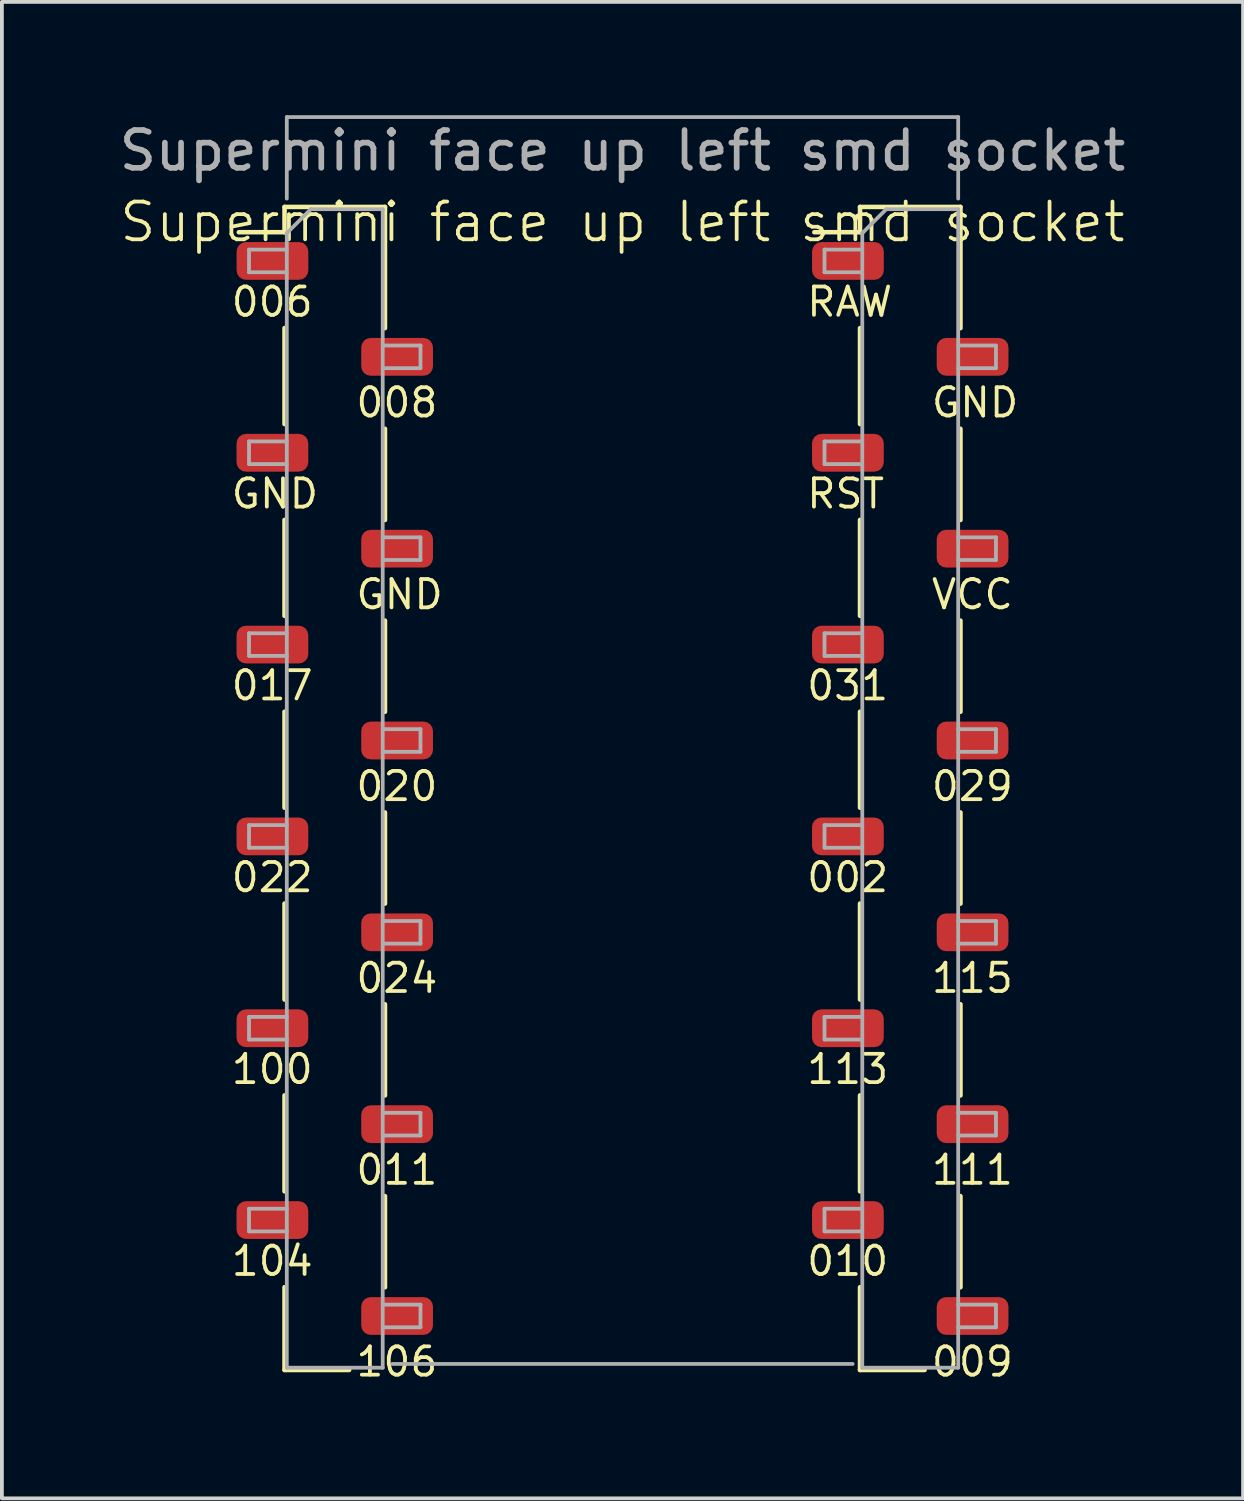
<source format=kicad_pcb>
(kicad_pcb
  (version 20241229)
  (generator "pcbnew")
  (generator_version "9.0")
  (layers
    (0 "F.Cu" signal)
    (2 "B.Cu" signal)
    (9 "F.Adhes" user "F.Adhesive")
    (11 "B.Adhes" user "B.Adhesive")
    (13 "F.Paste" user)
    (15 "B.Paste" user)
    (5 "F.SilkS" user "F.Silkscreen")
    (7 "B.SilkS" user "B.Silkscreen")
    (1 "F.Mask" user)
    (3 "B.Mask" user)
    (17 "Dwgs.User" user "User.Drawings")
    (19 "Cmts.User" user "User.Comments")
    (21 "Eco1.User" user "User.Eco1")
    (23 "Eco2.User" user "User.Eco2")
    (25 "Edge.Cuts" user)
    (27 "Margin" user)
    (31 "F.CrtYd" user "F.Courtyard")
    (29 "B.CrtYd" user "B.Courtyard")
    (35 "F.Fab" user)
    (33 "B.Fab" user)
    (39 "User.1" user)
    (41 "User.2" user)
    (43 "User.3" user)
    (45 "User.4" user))
  (footprint "Supermini face up left smd socket"
    (layer "F.Cu")
    (at 13.435 17.83)
    (property "Reference" "Supermini face up left smd socket" (at 0 -15 0) (unlocked yes) (layer "F.SilkS") (effects (font (size 1 1) (thickness 0.1))))
    (attr smd)
    (fp_line (start -10.16 -14.73) (end -8.95 -14.73) (stroke (width 0.12) (type solid)) (layer "F.SilkS"))
    (fp_line (start -8.95 -15.4) (end -8.95 -14.73) (stroke (width 0.12) (type solid)) (layer "F.SilkS"))
    (fp_line (start -8.95 -15.4) (end -6.29 -15.4) (stroke (width 0.12) (type solid)) (layer "F.SilkS"))
    (fp_line (start -8.95 -12.192) (end -8.95 -9.65) (stroke (width 0.12) (type solid)) (layer "F.SilkS"))
    (fp_line (start -8.95 -7.112) (end -8.95 -4.57) (stroke (width 0.12) (type solid)) (layer "F.SilkS"))
    (fp_line (start -8.95 -2.032) (end -8.95 0.51) (stroke (width 0.12) (type solid)) (layer "F.SilkS"))
    (fp_line (start -8.95 3.048) (end -8.95 5.59) (stroke (width 0.12) (type solid)) (layer "F.SilkS"))
    (fp_line (start -8.95 8.128) (end -8.95 10.67) (stroke (width 0.12) (type solid)) (layer "F.SilkS"))
    (fp_line (start -8.95 13.208) (end -8.95 15.4) (stroke (width 0.12) (type solid)) (layer "F.SilkS"))
    (fp_line (start -8.95 15.4) (end -7.239 15.4) (stroke (width 0.12) (type solid)) (layer "F.SilkS"))
    (fp_line (start -6.29 -15.4) (end -6.29 -12.19) (stroke (width 0.12) (type solid)) (layer "F.SilkS"))
    (fp_line (start -6.29 -9.525) (end -6.29 -7.11) (stroke (width 0.12) (type solid)) (layer "F.SilkS"))
    (fp_line (start -6.29 -4.445) (end -6.29 -2.03) (stroke (width 0.12) (type solid)) (layer "F.SilkS"))
    (fp_line (start -6.29 0.635) (end -6.29 3.05) (stroke (width 0.12) (type solid)) (layer "F.SilkS"))
    (fp_line (start -6.29 5.715) (end -6.29 8.13) (stroke (width 0.12) (type solid)) (layer "F.SilkS"))
    (fp_line (start -6.29 10.795) (end -6.29 13.21) (stroke (width 0.12) (type solid)) (layer "F.SilkS"))
    (fp_line (start 5.08 -14.73) (end 6.29 -14.73) (stroke (width 0.12) (type solid)) (layer "F.SilkS"))
    (fp_line (start 6.29 -15.4) (end 6.29 -14.73) (stroke (width 0.12) (type solid)) (layer "F.SilkS"))
    (fp_line (start 6.29 -15.4) (end 8.95 -15.4) (stroke (width 0.12) (type solid)) (layer "F.SilkS"))
    (fp_line (start 6.29 -12.192) (end 6.29 -9.65) (stroke (width 0.12) (type solid)) (layer "F.SilkS"))
    (fp_line (start 6.29 -7.112) (end 6.29 -4.57) (stroke (width 0.12) (type solid)) (layer "F.SilkS"))
    (fp_line (start 6.29 -2.032) (end 6.29 0.51) (stroke (width 0.12) (type solid)) (layer "F.SilkS"))
    (fp_line (start 6.29 3.048) (end 6.29 5.59) (stroke (width 0.12) (type solid)) (layer "F.SilkS"))
    (fp_line (start 6.29 8.128) (end 6.29 10.67) (stroke (width 0.12) (type solid)) (layer "F.SilkS"))
    (fp_line (start 6.29 13.208) (end 6.29 15.4) (stroke (width 0.12) (type solid)) (layer "F.SilkS"))
    (fp_line (start 6.29 15.4) (end 8.001 15.4) (stroke (width 0.12) (type solid)) (layer "F.SilkS"))
    (fp_line (start 8.95 -15.4) (end 8.95 -12.19) (stroke (width 0.12) (type solid)) (layer "F.SilkS"))
    (fp_line (start 8.95 -9.525) (end 8.95 -7.11) (stroke (width 0.12) (type solid)) (layer "F.SilkS"))
    (fp_line (start 8.95 -4.445) (end 8.95 -2.03) (stroke (width 0.12) (type solid)) (layer "F.SilkS"))
    (fp_line (start 8.95 0.635) (end 8.95 3.05) (stroke (width 0.12) (type solid)) (layer "F.SilkS"))
    (fp_line (start 8.95 5.715) (end 8.95 8.13) (stroke (width 0.12) (type solid)) (layer "F.SilkS"))
    (fp_line (start 8.95 10.795) (end 8.95 13.21) (stroke (width 0.12) (type solid)) (layer "F.SilkS"))
    (fp_line (start -9.89 -14.27) (end -8.89 -14.27) (stroke (width 0.1) (type solid)) (layer "F.Fab"))
    (fp_line (start -9.89 -13.67) (end -9.89 -14.27) (stroke (width 0.1) (type solid)) (layer "F.Fab"))
    (fp_line (start -9.89 -9.19) (end -8.89 -9.19) (stroke (width 0.1) (type solid)) (layer "F.Fab"))
    (fp_line (start -9.89 -8.59) (end -9.89 -9.19) (stroke (width 0.1) (type solid)) (layer "F.Fab"))
    (fp_line (start -9.89 -4.11) (end -8.89 -4.11) (stroke (width 0.1) (type solid)) (layer "F.Fab"))
    (fp_line (start -9.89 -3.51) (end -9.89 -4.11) (stroke (width 0.1) (type solid)) (layer "F.Fab"))
    (fp_line (start -9.89 0.97) (end -8.89 0.97) (stroke (width 0.1) (type solid)) (layer "F.Fab"))
    (fp_line (start -9.89 1.57) (end -9.89 0.97) (stroke (width 0.1) (type solid)) (layer "F.Fab"))
    (fp_line (start -9.89 6.05) (end -8.89 6.05) (stroke (width 0.1) (type solid)) (layer "F.Fab"))
    (fp_line (start -9.89 6.65) (end -9.89 6.05) (stroke (width 0.1) (type solid)) (layer "F.Fab"))
    (fp_line (start -9.89 11.13) (end -8.89 11.13) (stroke (width 0.1) (type solid)) (layer "F.Fab"))
    (fp_line (start -9.89 11.73) (end -9.89 11.13) (stroke (width 0.1) (type solid)) (layer "F.Fab"))
    (fp_line (start -8.89 -17.78) (end -8.89 -15.621) (stroke (width 0.1) (type default)) (layer "F.Fab"))
    (fp_line (start -8.89 -17.78) (end 8.89 -17.78) (stroke (width 0.1) (type default)) (layer "F.Fab"))
    (fp_line (start -8.89 -14.705) (end -8.255 -15.34) (stroke (width 0.1) (type solid)) (layer "F.Fab"))
    (fp_line (start -8.89 -13.67) (end -9.89 -13.67) (stroke (width 0.1) (type solid)) (layer "F.Fab"))
    (fp_line (start -8.89 -8.59) (end -9.89 -8.59) (stroke (width 0.1) (type solid)) (layer "F.Fab"))
    (fp_line (start -8.89 -3.51) (end -9.89 -3.51) (stroke (width 0.1) (type solid)) (layer "F.Fab"))
    (fp_line (start -8.89 1.57) (end -9.89 1.57) (stroke (width 0.1) (type solid)) (layer "F.Fab"))
    (fp_line (start -8.89 6.65) (end -9.89 6.65) (stroke (width 0.1) (type solid)) (layer "F.Fab"))
    (fp_line (start -8.89 11.73) (end -9.89 11.73) (stroke (width 0.1) (type solid)) (layer "F.Fab"))
    (fp_line (start -8.89 15.34) (end -8.89 -14.705) (stroke (width 0.1) (type solid)) (layer "F.Fab"))
    (fp_line (start -8.255 -15.34) (end -6.35 -15.34) (stroke (width 0.1) (type solid)) (layer "F.Fab"))
    (fp_line (start -6.35 -15.34) (end -6.35 15.34) (stroke (width 0.1) (type solid)) (layer "F.Fab"))
    (fp_line (start -6.35 -11.73) (end -5.35 -11.73) (stroke (width 0.1) (type solid)) (layer "F.Fab"))
    (fp_line (start -6.35 -6.65) (end -5.35 -6.65) (stroke (width 0.1) (type solid)) (layer "F.Fab"))
    (fp_line (start -6.35 -1.57) (end -5.35 -1.57) (stroke (width 0.1) (type solid)) (layer "F.Fab"))
    (fp_line (start -6.35 3.51) (end -5.35 3.51) (stroke (width 0.1) (type solid)) (layer "F.Fab"))
    (fp_line (start -6.35 8.59) (end -5.35 8.59) (stroke (width 0.1) (type solid)) (layer "F.Fab"))
    (fp_line (start -6.35 13.67) (end -5.35 13.67) (stroke (width 0.1) (type solid)) (layer "F.Fab"))
    (fp_line (start -6.35 15.34) (end -8.89 15.34) (stroke (width 0.1) (type solid)) (layer "F.Fab"))
    (fp_line (start -6.096 15.24) (end 6.096 15.24) (stroke (width 0.1) (type default)) (layer "F.Fab"))
    (fp_line (start -5.35 -11.73) (end -5.35 -11.13) (stroke (width 0.1) (type solid)) (layer "F.Fab"))
    (fp_line (start -5.35 -11.13) (end -6.35 -11.13) (stroke (width 0.1) (type solid)) (layer "F.Fab"))
    (fp_line (start -5.35 -6.65) (end -5.35 -6.05) (stroke (width 0.1) (type solid)) (layer "F.Fab"))
    (fp_line (start -5.35 -6.05) (end -6.35 -6.05) (stroke (width 0.1) (type solid)) (layer "F.Fab"))
    (fp_line (start -5.35 -1.57) (end -5.35 -0.97) (stroke (width 0.1) (type solid)) (layer "F.Fab"))
    (fp_line (start -5.35 -0.97) (end -6.35 -0.97) (stroke (width 0.1) (type solid)) (layer "F.Fab"))
    (fp_line (start -5.35 3.51) (end -5.35 4.11) (stroke (width 0.1) (type solid)) (layer "F.Fab"))
    (fp_line (start -5.35 4.11) (end -6.35 4.11) (stroke (width 0.1) (type solid)) (layer "F.Fab"))
    (fp_line (start -5.35 8.59) (end -5.35 9.19) (stroke (width 0.1) (type solid)) (layer "F.Fab"))
    (fp_line (start -5.35 9.19) (end -6.35 9.19) (stroke (width 0.1) (type solid)) (layer "F.Fab"))
    (fp_line (start -5.35 13.67) (end -5.35 14.27) (stroke (width 0.1) (type solid)) (layer "F.Fab"))
    (fp_line (start -5.35 14.27) (end -6.35 14.27) (stroke (width 0.1) (type solid)) (layer "F.Fab"))
    (fp_line (start 5.35 -14.27) (end 6.35 -14.27) (stroke (width 0.1) (type solid)) (layer "F.Fab"))
    (fp_line (start 5.35 -13.67) (end 5.35 -14.27) (stroke (width 0.1) (type solid)) (layer "F.Fab"))
    (fp_line (start 5.35 -9.19) (end 6.35 -9.19) (stroke (width 0.1) (type solid)) (layer "F.Fab"))
    (fp_line (start 5.35 -8.59) (end 5.35 -9.19) (stroke (width 0.1) (type solid)) (layer "F.Fab"))
    (fp_line (start 5.35 -4.11) (end 6.35 -4.11) (stroke (width 0.1) (type solid)) (layer "F.Fab"))
    (fp_line (start 5.35 -3.51) (end 5.35 -4.11) (stroke (width 0.1) (type solid)) (layer "F.Fab"))
    (fp_line (start 5.35 0.97) (end 6.35 0.97) (stroke (width 0.1) (type solid)) (layer "F.Fab"))
    (fp_line (start 5.35 1.57) (end 5.35 0.97) (stroke (width 0.1) (type solid)) (layer "F.Fab"))
    (fp_line (start 5.35 6.05) (end 6.35 6.05) (stroke (width 0.1) (type solid)) (layer "F.Fab"))
    (fp_line (start 5.35 6.65) (end 5.35 6.05) (stroke (width 0.1) (type solid)) (layer "F.Fab"))
    (fp_line (start 5.35 11.13) (end 6.35 11.13) (stroke (width 0.1) (type solid)) (layer "F.Fab"))
    (fp_line (start 5.35 11.73) (end 5.35 11.13) (stroke (width 0.1) (type solid)) (layer "F.Fab"))
    (fp_line (start 6.35 -14.705) (end 6.985 -15.34) (stroke (width 0.1) (type solid)) (layer "F.Fab"))
    (fp_line (start 6.35 -13.67) (end 5.35 -13.67) (stroke (width 0.1) (type solid)) (layer "F.Fab"))
    (fp_line (start 6.35 -8.59) (end 5.35 -8.59) (stroke (width 0.1) (type solid)) (layer "F.Fab"))
    (fp_line (start 6.35 -3.51) (end 5.35 -3.51) (stroke (width 0.1) (type solid)) (layer "F.Fab"))
    (fp_line (start 6.35 1.57) (end 5.35 1.57) (stroke (width 0.1) (type solid)) (layer "F.Fab"))
    (fp_line (start 6.35 6.65) (end 5.35 6.65) (stroke (width 0.1) (type solid)) (layer "F.Fab"))
    (fp_line (start 6.35 11.73) (end 5.35 11.73) (stroke (width 0.1) (type solid)) (layer "F.Fab"))
    (fp_line (start 6.35 15.34) (end 6.35 -14.705) (stroke (width 0.1) (type solid)) (layer "F.Fab"))
    (fp_line (start 6.985 -15.34) (end 8.89 -15.34) (stroke (width 0.1) (type solid)) (layer "F.Fab"))
    (fp_line (start 8.89 -17.78) (end 8.89 -15.621) (stroke (width 0.1) (type default)) (layer "F.Fab"))
    (fp_line (start 8.89 -15.34) (end 8.89 15.34) (stroke (width 0.1) (type solid)) (layer "F.Fab"))
    (fp_line (start 8.89 -11.73) (end 9.89 -11.73) (stroke (width 0.1) (type solid)) (layer "F.Fab"))
    (fp_line (start 8.89 -6.65) (end 9.89 -6.65) (stroke (width 0.1) (type solid)) (layer "F.Fab"))
    (fp_line (start 8.89 -1.57) (end 9.89 -1.57) (stroke (width 0.1) (type solid)) (layer "F.Fab"))
    (fp_line (start 8.89 3.51) (end 9.89 3.51) (stroke (width 0.1) (type solid)) (layer "F.Fab"))
    (fp_line (start 8.89 8.59) (end 9.89 8.59) (stroke (width 0.1) (type solid)) (layer "F.Fab"))
    (fp_line (start 8.89 13.67) (end 9.89 13.67) (stroke (width 0.1) (type solid)) (layer "F.Fab"))
    (fp_line (start 8.89 15.34) (end 6.35 15.34) (stroke (width 0.1) (type solid)) (layer "F.Fab"))
    (fp_line (start 9.89 -11.73) (end 9.89 -11.13) (stroke (width 0.1) (type solid)) (layer "F.Fab"))
    (fp_line (start 9.89 -11.13) (end 8.89 -11.13) (stroke (width 0.1) (type solid)) (layer "F.Fab"))
    (fp_line (start 9.89 -6.65) (end 9.89 -6.05) (stroke (width 0.1) (type solid)) (layer "F.Fab"))
    (fp_line (start 9.89 -6.05) (end 8.89 -6.05) (stroke (width 0.1) (type solid)) (layer "F.Fab"))
    (fp_line (start 9.89 -1.57) (end 9.89 -0.97) (stroke (width 0.1) (type solid)) (layer "F.Fab"))
    (fp_line (start 9.89 -0.97) (end 8.89 -0.97) (stroke (width 0.1) (type solid)) (layer "F.Fab"))
    (fp_line (start 9.89 3.51) (end 9.89 4.11) (stroke (width 0.1) (type solid)) (layer "F.Fab"))
    (fp_line (start 9.89 4.11) (end 8.89 4.11) (stroke (width 0.1) (type solid)) (layer "F.Fab"))
    (fp_line (start 9.89 8.59) (end 9.89 9.19) (stroke (width 0.1) (type solid)) (layer "F.Fab"))
    (fp_line (start 9.89 9.19) (end 8.89 9.19) (stroke (width 0.1) (type solid)) (layer "F.Fab"))
    (fp_line (start 9.89 13.67) (end 9.89 14.27) (stroke (width 0.1) (type solid)) (layer "F.Fab"))
    (fp_line (start 9.89 14.27) (end 8.89 14.27) (stroke (width 0.1) (type solid)) (layer "F.Fab"))
    (fp_line (start -7.62 -13.97) (end -7.62 13.97) (stroke (width 0.1) (type default)) (layer "User.1"))
    (fp_line (start 7.62 -13.97) (end 7.62 13.97) (stroke (width 0.1) (type default)) (layer "User.1"))
    (fp_text user "010" (at 4.826 12.954 0) (unlocked yes) (layer "F.SilkS") (effects (font (size 0.75 0.75) (thickness 0.1)) (justify left bottom)))
    (fp_text user "008" (at -7.112 -9.779 0) (unlocked yes) (layer "F.SilkS") (effects (font (size 0.75 0.75) (thickness 0.1)) (justify left bottom)))
    (fp_text user "022" (at -10.414 2.794 0) (unlocked yes) (layer "F.SilkS") (effects (font (size 0.75 0.75) (thickness 0.1)) (justify left bottom)))
    (fp_text user "017" (at -10.414 -2.286 0) (unlocked yes) (layer "F.SilkS") (effects (font (size 0.75 0.75) (thickness 0.1)) (justify left bottom)))
    (fp_text user "002" (at 4.826 2.794 0) (unlocked yes) (layer "F.SilkS") (effects (font (size 0.75 0.75) (thickness 0.1)) (justify left bottom)))
    (fp_text user "GND" (at 8.128 -9.779 0) (unlocked yes) (layer "F.SilkS") (effects (font (size 0.75 0.75) (thickness 0.1)) (justify left bottom)))
    (fp_text user "006" (at -10.414 -12.446 0) (unlocked yes) (layer "F.SilkS") (effects (font (size 0.75 0.75) (thickness 0.1)) (justify left bottom)))
    (fp_text user "113" (at 4.826 7.874 0) (unlocked yes) (layer "F.SilkS") (effects (font (size 0.75 0.75) (thickness 0.1)) (justify left bottom)))
    (fp_text user "024" (at -7.112 5.461 0) (unlocked yes) (layer "F.SilkS") (effects (font (size 0.75 0.75) (thickness 0.1)) (justify left bottom)))
    (fp_text user "106" (at -7.112 15.621 0) (unlocked yes) (layer "F.SilkS") (effects (font (size 0.75 0.75) (thickness 0.1)) (justify left bottom)))
    (fp_text user "RST" (at 4.826 -7.366 0) (unlocked yes) (layer "F.SilkS") (effects (font (size 0.75 0.75) (thickness 0.1)) (justify left bottom)))
    (fp_text user "100" (at -10.414 7.874 0) (unlocked yes) (layer "F.SilkS") (effects (font (size 0.75 0.75) (thickness 0.1)) (justify left bottom)))
    (fp_text user "104" (at -10.414 12.954 0) (unlocked yes) (layer "F.SilkS") (effects (font (size 0.75 0.75) (thickness 0.1)) (justify left bottom)))
    (fp_text user "RAW" (at 4.826 -12.446 0) (unlocked yes) (layer "F.SilkS") (effects (font (size 0.75 0.75) (thickness 0.1)) (justify left bottom)))
    (fp_text user "115" (at 8.128 5.461 0) (unlocked yes) (layer "F.SilkS") (effects (font (size 0.75 0.75) (thickness 0.1)) (justify left bottom)))
    (fp_text user "111" (at 8.128 10.541 0) (unlocked yes) (layer "F.SilkS") (effects (font (size 0.75 0.75) (thickness 0.1)) (justify left bottom)))
    (fp_text user "031" (at 4.826 -2.286 0) (unlocked yes) (layer "F.SilkS") (effects (font (size 0.75 0.75) (thickness 0.1)) (justify left bottom)))
    (fp_text user "GND" (at -10.414 -7.366 0) (unlocked yes) (layer "F.SilkS") (effects (font (size 0.75 0.75) (thickness 0.1)) (justify left bottom)))
    (fp_text user "020" (at -7.112 0.381 0) (unlocked yes) (layer "F.SilkS") (effects (font (size 0.75 0.75) (thickness 0.1)) (justify left bottom)))
    (fp_text user "009" (at 8.128 15.621 0) (unlocked yes) (layer "F.SilkS") (effects (font (size 0.75 0.75) (thickness 0.1)) (justify left bottom)))
    (fp_text user "VCC" (at 8.128 -4.699 0) (unlocked yes) (layer "F.SilkS") (effects (font (size 0.75 0.75) (thickness 0.1)) (justify left bottom)))
    (fp_text user "011" (at -7.112 10.541 0) (unlocked yes) (layer "F.SilkS") (effects (font (size 0.75 0.75) (thickness 0.1)) (justify left bottom)))
    (fp_text user "029" (at 8.128 0.381 0) (unlocked yes) (layer "F.SilkS") (effects (font (size 0.75 0.75) (thickness 0.1)) (justify left bottom)))
    (fp_text user "GND" (at -7.112 -4.699 0) (unlocked yes) (layer "F.SilkS") (effects (font (size 0.75 0.75) (thickness 0.1)) (justify left bottom)))
    (fp_text user "${REFERENCE}" (at 0 -16.891 0) (unlocked yes) (layer "F.Fab") (effects (font (size 1 1) (thickness 0.15))))
    (pad "1" smd roundrect (at -9.27 -13.97) (size 1.9 1) (layers "F.Cu" "F.Mask" "F.Paste") (roundrect_rratio 0.25))
    (pad "2" smd roundrect (at -5.969 -11.43) (size 1.9 1) (layers "F.Cu" "F.Mask" "F.Paste") (roundrect_rratio 0.25))
    (pad "3" smd roundrect (at -9.271 -8.89) (size 1.9 1) (layers "F.Cu" "F.Mask" "F.Paste") (roundrect_rratio 0.25))
    (pad "4" smd roundrect (at -5.969 -6.35) (size 1.9 1) (layers "F.Cu" "F.Mask" "F.Paste") (roundrect_rratio 0.25))
    (pad "5" smd roundrect (at -9.271 -3.81) (size 1.9 1) (layers "F.Cu" "F.Mask" "F.Paste") (roundrect_rratio 0.25))
    (pad "6" smd roundrect (at -5.969 -1.27) (size 1.9 1) (layers "F.Cu" "F.Mask" "F.Paste") (roundrect_rratio 0.25))
    (pad "7" smd roundrect (at -9.271 1.27) (size 1.9 1) (layers "F.Cu" "F.Mask" "F.Paste") (roundrect_rratio 0.25))
    (pad "8" smd roundrect (at -5.969 3.81) (size 1.9 1) (layers "F.Cu" "F.Mask" "F.Paste") (roundrect_rratio 0.25))
    (pad "9" smd roundrect (at -9.271 6.35) (size 1.9 1) (layers "F.Cu" "F.Mask" "F.Paste") (roundrect_rratio 0.25))
    (pad "10" smd roundrect (at -5.969 8.89) (size 1.9 1) (layers "F.Cu" "F.Mask" "F.Paste") (roundrect_rratio 0.25))
    (pad "11" smd roundrect (at -9.271 11.43) (size 1.9 1) (layers "F.Cu" "F.Mask" "F.Paste") (roundrect_rratio 0.25))
    (pad "12" smd roundrect (at -5.969 13.97) (size 1.9 1) (layers "F.Cu" "F.Mask" "F.Paste") (roundrect_rratio 0.25))
    (pad "13" smd roundrect (at 9.271 13.97) (size 1.9 1) (layers "F.Cu" "F.Mask" "F.Paste") (roundrect_rratio 0.25))
    (pad "14" smd roundrect (at 5.969 11.43) (size 1.9 1) (layers "F.Cu" "F.Mask" "F.Paste") (roundrect_rratio 0.25))
    (pad "15" smd roundrect (at 9.271 8.89) (size 1.9 1) (layers "F.Cu" "F.Mask" "F.Paste") (roundrect_rratio 0.25))
    (pad "16" smd roundrect (at 5.969 6.35) (size 1.9 1) (layers "F.Cu" "F.Mask" "F.Paste") (roundrect_rratio 0.25))
    (pad "17" smd roundrect (at 9.271 3.81) (size 1.9 1) (layers "F.Cu" "F.Mask" "F.Paste") (roundrect_rratio 0.25))
    (pad "18" smd roundrect (at 5.969 1.27) (size 1.9 1) (layers "F.Cu" "F.Mask" "F.Paste") (roundrect_rratio 0.25))
    (pad "19" smd roundrect (at 9.271 -1.27) (size 1.9 1) (layers "F.Cu" "F.Mask" "F.Paste") (roundrect_rratio 0.25))
    (pad "20" smd roundrect (at 5.969 -3.81) (size 1.9 1) (layers "F.Cu" "F.Mask" "F.Paste") (roundrect_rratio 0.25))
    (pad "21" smd roundrect (at 9.271 -6.35) (size 1.9 1) (layers "F.Cu" "F.Mask" "F.Paste") (roundrect_rratio 0.25))
    (pad "22" smd roundrect (at 5.969 -8.89) (size 1.9 1) (layers "F.Cu" "F.Mask" "F.Paste") (roundrect_rratio 0.25))
    (pad "23" smd roundrect (at 9.271 -11.43) (size 1.9 1) (layers "F.Cu" "F.Mask" "F.Paste") (roundrect_rratio 0.25))
    (pad "24" smd roundrect (at 5.97 -13.97) (size 1.9 1) (layers "F.Cu" "F.Mask" "F.Paste") (roundrect_rratio 0.25)))
  (gr_rect
    (start -3 -3)
    (end 29.869 36.63)
    (stroke (width 0.1) (type default))
    (fill no)
    (layer "Edge.Cuts")))
</source>
